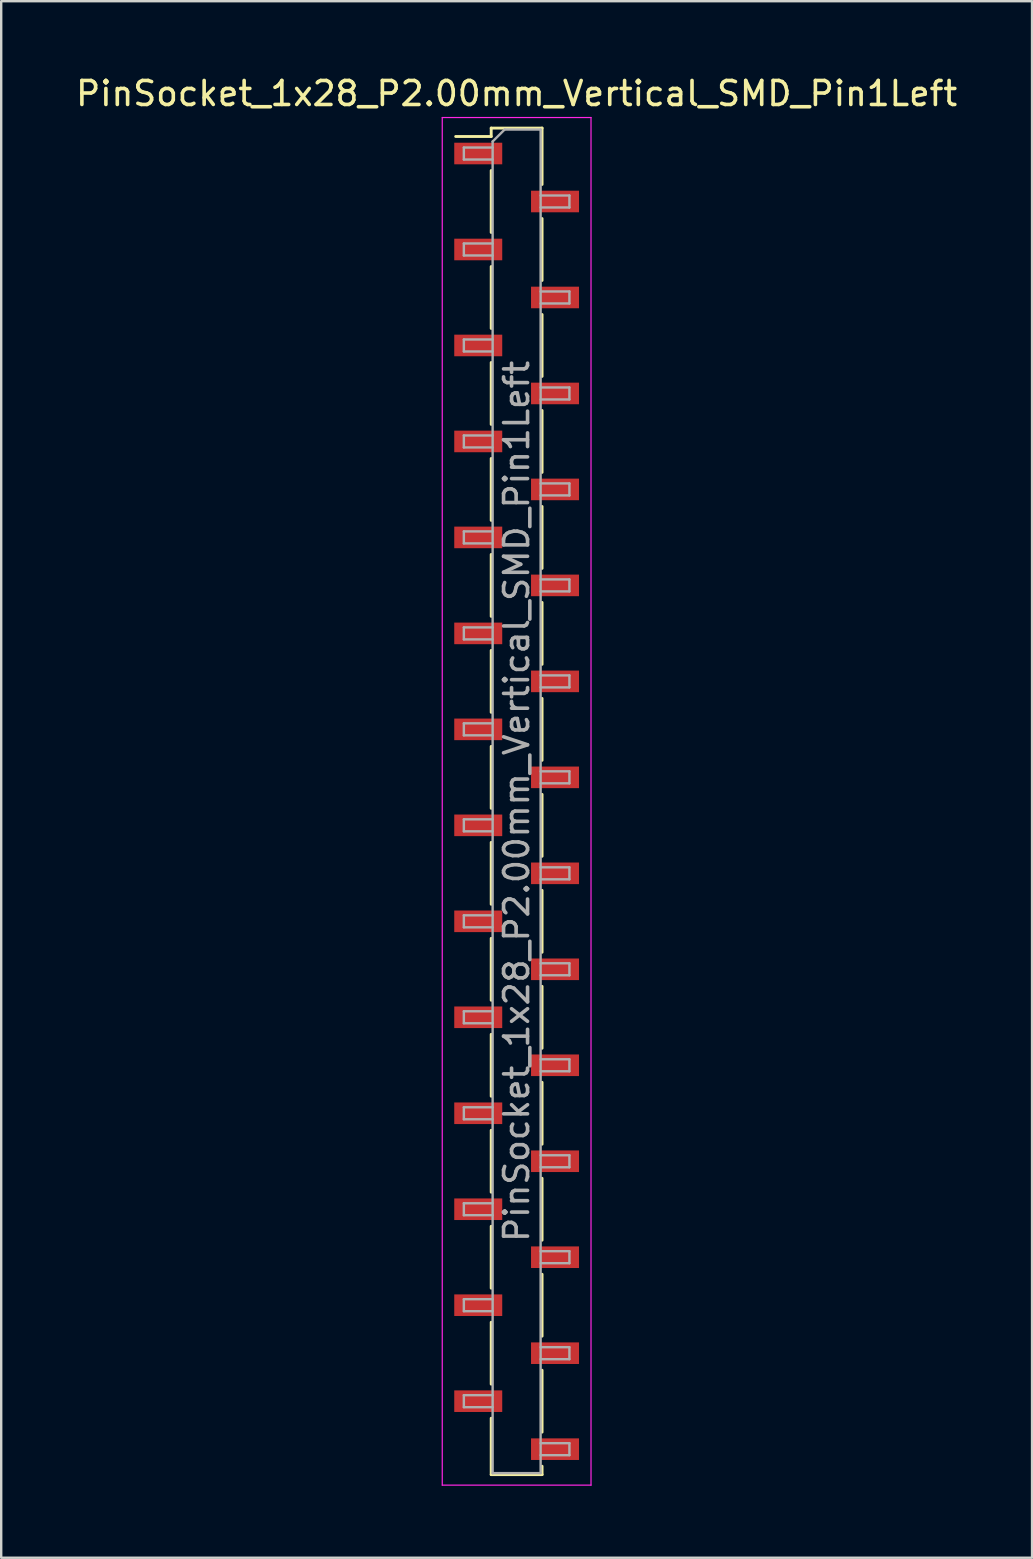
<source format=kicad_pcb>
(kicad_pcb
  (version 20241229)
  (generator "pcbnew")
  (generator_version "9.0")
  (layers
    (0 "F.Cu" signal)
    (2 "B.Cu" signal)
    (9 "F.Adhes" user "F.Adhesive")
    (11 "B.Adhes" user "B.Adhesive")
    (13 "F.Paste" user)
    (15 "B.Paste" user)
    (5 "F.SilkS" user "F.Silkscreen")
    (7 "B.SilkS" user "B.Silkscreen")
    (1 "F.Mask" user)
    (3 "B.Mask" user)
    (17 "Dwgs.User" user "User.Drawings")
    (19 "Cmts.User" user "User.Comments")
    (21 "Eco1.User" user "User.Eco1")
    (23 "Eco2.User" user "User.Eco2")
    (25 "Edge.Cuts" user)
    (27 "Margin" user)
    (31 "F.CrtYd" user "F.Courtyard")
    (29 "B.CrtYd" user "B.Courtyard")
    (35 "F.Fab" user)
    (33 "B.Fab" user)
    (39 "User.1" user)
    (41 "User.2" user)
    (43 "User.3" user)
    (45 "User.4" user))
  (footprint "PinSocket_1x28_P2.00mm_Vertical_SMD_Pin1Left"
    (layer "F.Cu")
    (at 18.482 30.348)
    (property "Reference" "PinSocket_1x28_P2.00mm_Vertical_SMD_Pin1Left" (at 0 -29.5 0) (layer "F.SilkS") (effects (font (size 1 1) (thickness 0.15))))
    (attr smd)
    (fp_line (start -2.54 -27.71) (end -1.06 -27.71) (stroke (width 0.12) (type solid)) (layer "F.SilkS"))
    (fp_line (start -1.06 -28.06) (end -1.06 -27.71) (stroke (width 0.12) (type solid)) (layer "F.SilkS"))
    (fp_line (start -1.06 -28.06) (end 1.06 -28.06) (stroke (width 0.12) (type solid)) (layer "F.SilkS"))
    (fp_line (start -1.06 -26.29) (end -1.06 -23.71) (stroke (width 0.12) (type solid)) (layer "F.SilkS"))
    (fp_line (start -1.06 -22.29) (end -1.06 -19.71) (stroke (width 0.12) (type solid)) (layer "F.SilkS"))
    (fp_line (start -1.06 -18.29) (end -1.06 -15.71) (stroke (width 0.12) (type solid)) (layer "F.SilkS"))
    (fp_line (start -1.06 -14.29) (end -1.06 -11.71) (stroke (width 0.12) (type solid)) (layer "F.SilkS"))
    (fp_line (start -1.06 -10.29) (end -1.06 -7.71) (stroke (width 0.12) (type solid)) (layer "F.SilkS"))
    (fp_line (start -1.06 -6.29) (end -1.06 -3.71) (stroke (width 0.12) (type solid)) (layer "F.SilkS"))
    (fp_line (start -1.06 -2.29) (end -1.06 0.29) (stroke (width 0.12) (type solid)) (layer "F.SilkS"))
    (fp_line (start -1.06 1.71) (end -1.06 4.29) (stroke (width 0.12) (type solid)) (layer "F.SilkS"))
    (fp_line (start -1.06 5.71) (end -1.06 8.29) (stroke (width 0.12) (type solid)) (layer "F.SilkS"))
    (fp_line (start -1.06 9.71) (end -1.06 12.29) (stroke (width 0.12) (type solid)) (layer "F.SilkS"))
    (fp_line (start -1.06 13.71) (end -1.06 16.29) (stroke (width 0.12) (type solid)) (layer "F.SilkS"))
    (fp_line (start -1.06 17.71) (end -1.06 20.29) (stroke (width 0.12) (type solid)) (layer "F.SilkS"))
    (fp_line (start -1.06 21.71) (end -1.06 24.29) (stroke (width 0.12) (type solid)) (layer "F.SilkS"))
    (fp_line (start -1.06 25.71) (end -1.06 28.06) (stroke (width 0.12) (type solid)) (layer "F.SilkS"))
    (fp_line (start -1.06 28.06) (end 1.06 28.06) (stroke (width 0.12) (type solid)) (layer "F.SilkS"))
    (fp_line (start 1.06 -28.06) (end 1.06 -25.71) (stroke (width 0.12) (type solid)) (layer "F.SilkS"))
    (fp_line (start 1.06 -24.29) (end 1.06 -21.71) (stroke (width 0.12) (type solid)) (layer "F.SilkS"))
    (fp_line (start 1.06 -20.29) (end 1.06 -17.71) (stroke (width 0.12) (type solid)) (layer "F.SilkS"))
    (fp_line (start 1.06 -16.29) (end 1.06 -13.71) (stroke (width 0.12) (type solid)) (layer "F.SilkS"))
    (fp_line (start 1.06 -12.29) (end 1.06 -9.71) (stroke (width 0.12) (type solid)) (layer "F.SilkS"))
    (fp_line (start 1.06 -8.29) (end 1.06 -5.71) (stroke (width 0.12) (type solid)) (layer "F.SilkS"))
    (fp_line (start 1.06 -4.29) (end 1.06 -1.71) (stroke (width 0.12) (type solid)) (layer "F.SilkS"))
    (fp_line (start 1.06 -0.29) (end 1.06 2.29) (stroke (width 0.12) (type solid)) (layer "F.SilkS"))
    (fp_line (start 1.06 3.71) (end 1.06 6.29) (stroke (width 0.12) (type solid)) (layer "F.SilkS"))
    (fp_line (start 1.06 7.71) (end 1.06 10.29) (stroke (width 0.12) (type solid)) (layer "F.SilkS"))
    (fp_line (start 1.06 11.71) (end 1.06 14.29) (stroke (width 0.12) (type solid)) (layer "F.SilkS"))
    (fp_line (start 1.06 15.71) (end 1.06 18.29) (stroke (width 0.12) (type solid)) (layer "F.SilkS"))
    (fp_line (start 1.06 19.71) (end 1.06 22.29) (stroke (width 0.12) (type solid)) (layer "F.SilkS"))
    (fp_line (start 1.06 23.71) (end 1.06 26.29) (stroke (width 0.12) (type solid)) (layer "F.SilkS"))
    (fp_line (start 1.06 27.71) (end 1.06 28.06) (stroke (width 0.12) (type solid)) (layer "F.SilkS"))
    (fp_line (start -3.1 -28.5) (end 3.1 -28.5) (stroke (width 0.05) (type solid)) (layer "F.CrtYd"))
    (fp_line (start -3.1 28.5) (end -3.1 -28.5) (stroke (width 0.05) (type solid)) (layer "F.CrtYd"))
    (fp_line (start 3.1 -28.5) (end 3.1 28.5) (stroke (width 0.05) (type solid)) (layer "F.CrtYd"))
    (fp_line (start 3.1 28.5) (end -3.1 28.5) (stroke (width 0.05) (type solid)) (layer "F.CrtYd"))
    (fp_line (start -2.2 -27.25) (end -1 -27.25) (stroke (width 0.1) (type solid)) (layer "F.Fab"))
    (fp_line (start -2.2 -26.75) (end -2.2 -27.25) (stroke (width 0.1) (type solid)) (layer "F.Fab"))
    (fp_line (start -2.2 -23.25) (end -1 -23.25) (stroke (width 0.1) (type solid)) (layer "F.Fab"))
    (fp_line (start -2.2 -22.75) (end -2.2 -23.25) (stroke (width 0.1) (type solid)) (layer "F.Fab"))
    (fp_line (start -2.2 -19.25) (end -1 -19.25) (stroke (width 0.1) (type solid)) (layer "F.Fab"))
    (fp_line (start -2.2 -18.75) (end -2.2 -19.25) (stroke (width 0.1) (type solid)) (layer "F.Fab"))
    (fp_line (start -2.2 -15.25) (end -1 -15.25) (stroke (width 0.1) (type solid)) (layer "F.Fab"))
    (fp_line (start -2.2 -14.75) (end -2.2 -15.25) (stroke (width 0.1) (type solid)) (layer "F.Fab"))
    (fp_line (start -2.2 -11.25) (end -1 -11.25) (stroke (width 0.1) (type solid)) (layer "F.Fab"))
    (fp_line (start -2.2 -10.75) (end -2.2 -11.25) (stroke (width 0.1) (type solid)) (layer "F.Fab"))
    (fp_line (start -2.2 -7.25) (end -1 -7.25) (stroke (width 0.1) (type solid)) (layer "F.Fab"))
    (fp_line (start -2.2 -6.75) (end -2.2 -7.25) (stroke (width 0.1) (type solid)) (layer "F.Fab"))
    (fp_line (start -2.2 -3.25) (end -1 -3.25) (stroke (width 0.1) (type solid)) (layer "F.Fab"))
    (fp_line (start -2.2 -2.75) (end -2.2 -3.25) (stroke (width 0.1) (type solid)) (layer "F.Fab"))
    (fp_line (start -2.2 0.75) (end -1 0.75) (stroke (width 0.1) (type solid)) (layer "F.Fab"))
    (fp_line (start -2.2 1.25) (end -2.2 0.75) (stroke (width 0.1) (type solid)) (layer "F.Fab"))
    (fp_line (start -2.2 4.75) (end -1 4.75) (stroke (width 0.1) (type solid)) (layer "F.Fab"))
    (fp_line (start -2.2 5.25) (end -2.2 4.75) (stroke (width 0.1) (type solid)) (layer "F.Fab"))
    (fp_line (start -2.2 8.75) (end -1 8.75) (stroke (width 0.1) (type solid)) (layer "F.Fab"))
    (fp_line (start -2.2 9.25) (end -2.2 8.75) (stroke (width 0.1) (type solid)) (layer "F.Fab"))
    (fp_line (start -2.2 12.75) (end -1 12.75) (stroke (width 0.1) (type solid)) (layer "F.Fab"))
    (fp_line (start -2.2 13.25) (end -2.2 12.75) (stroke (width 0.1) (type solid)) (layer "F.Fab"))
    (fp_line (start -2.2 16.75) (end -1 16.75) (stroke (width 0.1) (type solid)) (layer "F.Fab"))
    (fp_line (start -2.2 17.25) (end -2.2 16.75) (stroke (width 0.1) (type solid)) (layer "F.Fab"))
    (fp_line (start -2.2 20.75) (end -1 20.75) (stroke (width 0.1) (type solid)) (layer "F.Fab"))
    (fp_line (start -2.2 21.25) (end -2.2 20.75) (stroke (width 0.1) (type solid)) (layer "F.Fab"))
    (fp_line (start -2.2 24.75) (end -1 24.75) (stroke (width 0.1) (type solid)) (layer "F.Fab"))
    (fp_line (start -2.2 25.25) (end -2.2 24.75) (stroke (width 0.1) (type solid)) (layer "F.Fab"))
    (fp_line (start -1 -27.5) (end -0.5 -28) (stroke (width 0.1) (type solid)) (layer "F.Fab"))
    (fp_line (start -1 -26.75) (end -2.2 -26.75) (stroke (width 0.1) (type solid)) (layer "F.Fab"))
    (fp_line (start -1 -22.75) (end -2.2 -22.75) (stroke (width 0.1) (type solid)) (layer "F.Fab"))
    (fp_line (start -1 -18.75) (end -2.2 -18.75) (stroke (width 0.1) (type solid)) (layer "F.Fab"))
    (fp_line (start -1 -14.75) (end -2.2 -14.75) (stroke (width 0.1) (type solid)) (layer "F.Fab"))
    (fp_line (start -1 -10.75) (end -2.2 -10.75) (stroke (width 0.1) (type solid)) (layer "F.Fab"))
    (fp_line (start -1 -6.75) (end -2.2 -6.75) (stroke (width 0.1) (type solid)) (layer "F.Fab"))
    (fp_line (start -1 -2.75) (end -2.2 -2.75) (stroke (width 0.1) (type solid)) (layer "F.Fab"))
    (fp_line (start -1 1.25) (end -2.2 1.25) (stroke (width 0.1) (type solid)) (layer "F.Fab"))
    (fp_line (start -1 5.25) (end -2.2 5.25) (stroke (width 0.1) (type solid)) (layer "F.Fab"))
    (fp_line (start -1 9.25) (end -2.2 9.25) (stroke (width 0.1) (type solid)) (layer "F.Fab"))
    (fp_line (start -1 13.25) (end -2.2 13.25) (stroke (width 0.1) (type solid)) (layer "F.Fab"))
    (fp_line (start -1 17.25) (end -2.2 17.25) (stroke (width 0.1) (type solid)) (layer "F.Fab"))
    (fp_line (start -1 21.25) (end -2.2 21.25) (stroke (width 0.1) (type solid)) (layer "F.Fab"))
    (fp_line (start -1 25.25) (end -2.2 25.25) (stroke (width 0.1) (type solid)) (layer "F.Fab"))
    (fp_line (start -1 28) (end -1 -27.5) (stroke (width 0.1) (type solid)) (layer "F.Fab"))
    (fp_line (start -0.5 -28) (end 1 -28) (stroke (width 0.1) (type solid)) (layer "F.Fab"))
    (fp_line (start 1 -28) (end 1 28) (stroke (width 0.1) (type solid)) (layer "F.Fab"))
    (fp_line (start 1 -25.25) (end 2.2 -25.25) (stroke (width 0.1) (type solid)) (layer "F.Fab"))
    (fp_line (start 1 -21.25) (end 2.2 -21.25) (stroke (width 0.1) (type solid)) (layer "F.Fab"))
    (fp_line (start 1 -17.25) (end 2.2 -17.25) (stroke (width 0.1) (type solid)) (layer "F.Fab"))
    (fp_line (start 1 -13.25) (end 2.2 -13.25) (stroke (width 0.1) (type solid)) (layer "F.Fab"))
    (fp_line (start 1 -9.25) (end 2.2 -9.25) (stroke (width 0.1) (type solid)) (layer "F.Fab"))
    (fp_line (start 1 -5.25) (end 2.2 -5.25) (stroke (width 0.1) (type solid)) (layer "F.Fab"))
    (fp_line (start 1 -1.25) (end 2.2 -1.25) (stroke (width 0.1) (type solid)) (layer "F.Fab"))
    (fp_line (start 1 2.75) (end 2.2 2.75) (stroke (width 0.1) (type solid)) (layer "F.Fab"))
    (fp_line (start 1 6.75) (end 2.2 6.75) (stroke (width 0.1) (type solid)) (layer "F.Fab"))
    (fp_line (start 1 10.75) (end 2.2 10.75) (stroke (width 0.1) (type solid)) (layer "F.Fab"))
    (fp_line (start 1 14.75) (end 2.2 14.75) (stroke (width 0.1) (type solid)) (layer "F.Fab"))
    (fp_line (start 1 18.75) (end 2.2 18.75) (stroke (width 0.1) (type solid)) (layer "F.Fab"))
    (fp_line (start 1 22.75) (end 2.2 22.75) (stroke (width 0.1) (type solid)) (layer "F.Fab"))
    (fp_line (start 1 26.75) (end 2.2 26.75) (stroke (width 0.1) (type solid)) (layer "F.Fab"))
    (fp_line (start 1 28) (end -1 28) (stroke (width 0.1) (type solid)) (layer "F.Fab"))
    (fp_line (start 2.2 -25.25) (end 2.2 -24.75) (stroke (width 0.1) (type solid)) (layer "F.Fab"))
    (fp_line (start 2.2 -24.75) (end 1 -24.75) (stroke (width 0.1) (type solid)) (layer "F.Fab"))
    (fp_line (start 2.2 -21.25) (end 2.2 -20.75) (stroke (width 0.1) (type solid)) (layer "F.Fab"))
    (fp_line (start 2.2 -20.75) (end 1 -20.75) (stroke (width 0.1) (type solid)) (layer "F.Fab"))
    (fp_line (start 2.2 -17.25) (end 2.2 -16.75) (stroke (width 0.1) (type solid)) (layer "F.Fab"))
    (fp_line (start 2.2 -16.75) (end 1 -16.75) (stroke (width 0.1) (type solid)) (layer "F.Fab"))
    (fp_line (start 2.2 -13.25) (end 2.2 -12.75) (stroke (width 0.1) (type solid)) (layer "F.Fab"))
    (fp_line (start 2.2 -12.75) (end 1 -12.75) (stroke (width 0.1) (type solid)) (layer "F.Fab"))
    (fp_line (start 2.2 -9.25) (end 2.2 -8.75) (stroke (width 0.1) (type solid)) (layer "F.Fab"))
    (fp_line (start 2.2 -8.75) (end 1 -8.75) (stroke (width 0.1) (type solid)) (layer "F.Fab"))
    (fp_line (start 2.2 -5.25) (end 2.2 -4.75) (stroke (width 0.1) (type solid)) (layer "F.Fab"))
    (fp_line (start 2.2 -4.75) (end 1 -4.75) (stroke (width 0.1) (type solid)) (layer "F.Fab"))
    (fp_line (start 2.2 -1.25) (end 2.2 -0.75) (stroke (width 0.1) (type solid)) (layer "F.Fab"))
    (fp_line (start 2.2 -0.75) (end 1 -0.75) (stroke (width 0.1) (type solid)) (layer "F.Fab"))
    (fp_line (start 2.2 2.75) (end 2.2 3.25) (stroke (width 0.1) (type solid)) (layer "F.Fab"))
    (fp_line (start 2.2 3.25) (end 1 3.25) (stroke (width 0.1) (type solid)) (layer "F.Fab"))
    (fp_line (start 2.2 6.75) (end 2.2 7.25) (stroke (width 0.1) (type solid)) (layer "F.Fab"))
    (fp_line (start 2.2 7.25) (end 1 7.25) (stroke (width 0.1) (type solid)) (layer "F.Fab"))
    (fp_line (start 2.2 10.75) (end 2.2 11.25) (stroke (width 0.1) (type solid)) (layer "F.Fab"))
    (fp_line (start 2.2 11.25) (end 1 11.25) (stroke (width 0.1) (type solid)) (layer "F.Fab"))
    (fp_line (start 2.2 14.75) (end 2.2 15.25) (stroke (width 0.1) (type solid)) (layer "F.Fab"))
    (fp_line (start 2.2 15.25) (end 1 15.25) (stroke (width 0.1) (type solid)) (layer "F.Fab"))
    (fp_line (start 2.2 18.75) (end 2.2 19.25) (stroke (width 0.1) (type solid)) (layer "F.Fab"))
    (fp_line (start 2.2 19.25) (end 1 19.25) (stroke (width 0.1) (type solid)) (layer "F.Fab"))
    (fp_line (start 2.2 22.75) (end 2.2 23.25) (stroke (width 0.1) (type solid)) (layer "F.Fab"))
    (fp_line (start 2.2 23.25) (end 1 23.25) (stroke (width 0.1) (type solid)) (layer "F.Fab"))
    (fp_line (start 2.2 26.75) (end 2.2 27.25) (stroke (width 0.1) (type solid)) (layer "F.Fab"))
    (fp_line (start 2.2 27.25) (end 1 27.25) (stroke (width 0.1) (type solid)) (layer "F.Fab"))
    (fp_text user "${REFERENCE}" (at 0 0 90) (layer "F.Fab") (effects (font (size 1 1) (thickness 0.15))))
    (pad "1" smd rect (at -1.6 -27) (size 2 0.9) (layers "F.Cu" "F.Mask" "F.Paste"))
    (pad "2" smd rect (at 1.6 -25) (size 2 0.9) (layers "F.Cu" "F.Mask" "F.Paste"))
    (pad "3" smd rect (at -1.6 -23) (size 2 0.9) (layers "F.Cu" "F.Mask" "F.Paste"))
    (pad "4" smd rect (at 1.6 -21) (size 2 0.9) (layers "F.Cu" "F.Mask" "F.Paste"))
    (pad "5" smd rect (at -1.6 -19) (size 2 0.9) (layers "F.Cu" "F.Mask" "F.Paste"))
    (pad "6" smd rect (at 1.6 -17) (size 2 0.9) (layers "F.Cu" "F.Mask" "F.Paste"))
    (pad "7" smd rect (at -1.6 -15) (size 2 0.9) (layers "F.Cu" "F.Mask" "F.Paste"))
    (pad "8" smd rect (at 1.6 -13) (size 2 0.9) (layers "F.Cu" "F.Mask" "F.Paste"))
    (pad "9" smd rect (at -1.6 -11) (size 2 0.9) (layers "F.Cu" "F.Mask" "F.Paste"))
    (pad "10" smd rect (at 1.6 -9) (size 2 0.9) (layers "F.Cu" "F.Mask" "F.Paste"))
    (pad "11" smd rect (at -1.6 -7) (size 2 0.9) (layers "F.Cu" "F.Mask" "F.Paste"))
    (pad "12" smd rect (at 1.6 -5) (size 2 0.9) (layers "F.Cu" "F.Mask" "F.Paste"))
    (pad "13" smd rect (at -1.6 -3) (size 2 0.9) (layers "F.Cu" "F.Mask" "F.Paste"))
    (pad "14" smd rect (at 1.6 -1) (size 2 0.9) (layers "F.Cu" "F.Mask" "F.Paste"))
    (pad "15" smd rect (at -1.6 1) (size 2 0.9) (layers "F.Cu" "F.Mask" "F.Paste"))
    (pad "16" smd rect (at 1.6 3) (size 2 0.9) (layers "F.Cu" "F.Mask" "F.Paste"))
    (pad "17" smd rect (at -1.6 5) (size 2 0.9) (layers "F.Cu" "F.Mask" "F.Paste"))
    (pad "18" smd rect (at 1.6 7) (size 2 0.9) (layers "F.Cu" "F.Mask" "F.Paste"))
    (pad "19" smd rect (at -1.6 9) (size 2 0.9) (layers "F.Cu" "F.Mask" "F.Paste"))
    (pad "20" smd rect (at 1.6 11) (size 2 0.9) (layers "F.Cu" "F.Mask" "F.Paste"))
    (pad "21" smd rect (at -1.6 13) (size 2 0.9) (layers "F.Cu" "F.Mask" "F.Paste"))
    (pad "22" smd rect (at 1.6 15) (size 2 0.9) (layers "F.Cu" "F.Mask" "F.Paste"))
    (pad "23" smd rect (at -1.6 17) (size 2 0.9) (layers "F.Cu" "F.Mask" "F.Paste"))
    (pad "24" smd rect (at 1.6 19) (size 2 0.9) (layers "F.Cu" "F.Mask" "F.Paste"))
    (pad "25" smd rect (at -1.6 21) (size 2 0.9) (layers "F.Cu" "F.Mask" "F.Paste"))
    (pad "26" smd rect (at 1.6 23) (size 2 0.9) (layers "F.Cu" "F.Mask" "F.Paste"))
    (pad "27" smd rect (at -1.6 25) (size 2 0.9) (layers "F.Cu" "F.Mask" "F.Paste"))
    (pad "28" smd rect (at 1.6 27) (size 2 0.9) (layers "F.Cu" "F.Mask" "F.Paste")))
  (gr_rect
    (start -3 -3)
    (end 39.964 61.873)
    (stroke (width 0.1) (type default))
    (fill no)
    (layer "Edge.Cuts")))
</source>
